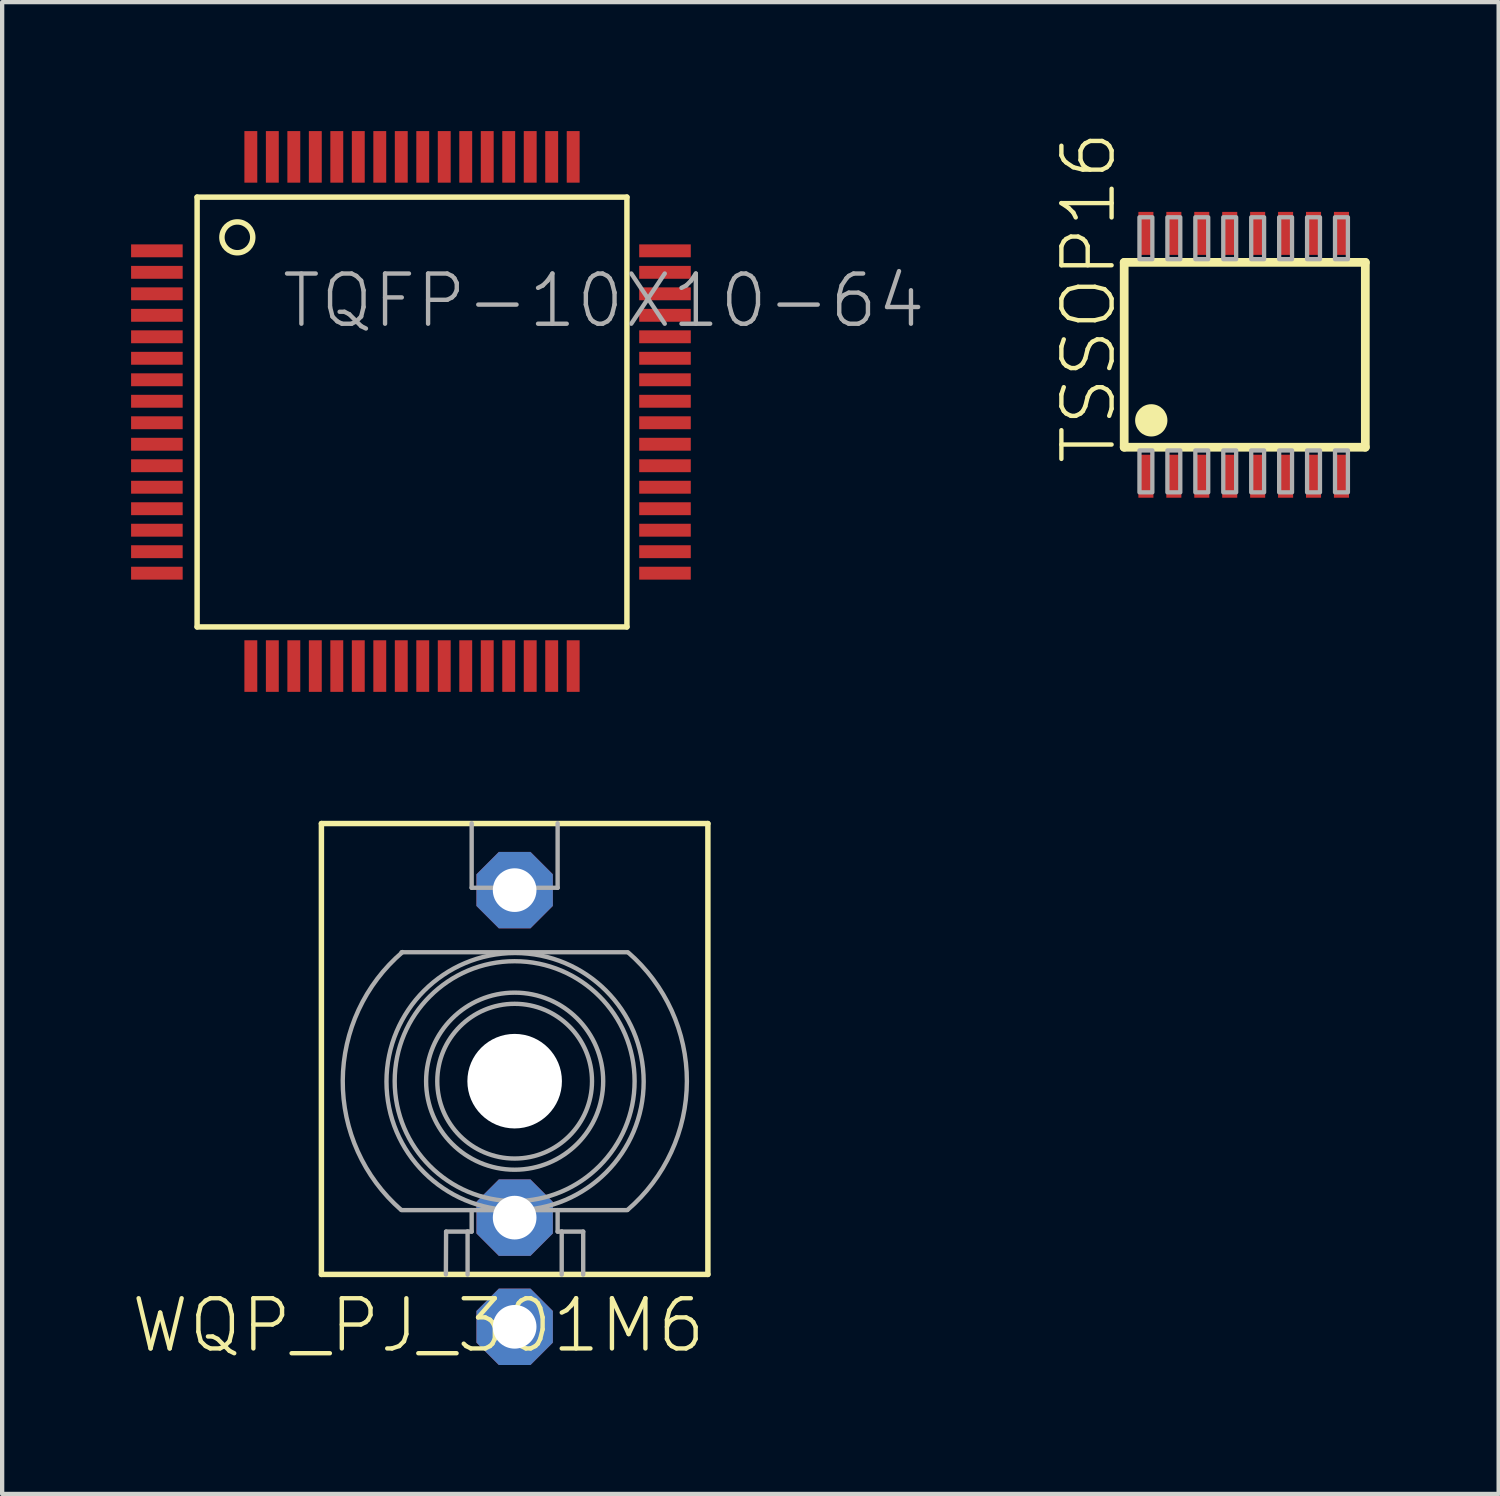
<source format=kicad_pcb>
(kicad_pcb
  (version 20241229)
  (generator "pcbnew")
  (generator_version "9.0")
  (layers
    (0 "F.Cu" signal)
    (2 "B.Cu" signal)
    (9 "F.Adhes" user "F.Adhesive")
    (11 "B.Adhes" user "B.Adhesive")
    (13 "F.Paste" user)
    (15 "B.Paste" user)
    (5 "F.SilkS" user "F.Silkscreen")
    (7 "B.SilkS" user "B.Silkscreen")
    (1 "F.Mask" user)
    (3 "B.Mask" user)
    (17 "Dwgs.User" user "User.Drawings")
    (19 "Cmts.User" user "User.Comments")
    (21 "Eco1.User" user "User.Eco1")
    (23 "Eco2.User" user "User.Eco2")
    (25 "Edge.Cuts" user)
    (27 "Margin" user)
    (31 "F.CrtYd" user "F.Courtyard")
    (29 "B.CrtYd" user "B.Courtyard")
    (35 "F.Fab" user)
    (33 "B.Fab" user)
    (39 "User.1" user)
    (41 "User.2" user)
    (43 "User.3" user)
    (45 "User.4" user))
  (footprint "TQFP-10X10-64"
    (layer "F.Cu")
    (at 6.536 6.536)
    (property "Reference" "TQFP-10X10-64" (at -3.086 -1.906 0) (layer "F.Fab") (effects (font (size 1.168 1.168) (thickness 0.102)) (justify left bottom)))
    (fp_line (start -5 -5) (end -5 5) (stroke (width 0.127) (type solid)) (layer "F.SilkS"))
    (fp_line (start -5 5) (end 5 5) (stroke (width 0.127) (type solid)) (layer "F.SilkS"))
    (fp_line (start 5 -5) (end -5 -5) (stroke (width 0.127) (type solid)) (layer "F.SilkS"))
    (fp_line (start 5 5) (end 5 -5) (stroke (width 0.127) (type solid)) (layer "F.SilkS"))
    (fp_circle (center -4.064 -4.064) (end -3.705 -4.064) (stroke (width 0.127) (type solid)) (fill no) (layer "F.SilkS"))
    (pad "1" smd rect (at -5.936 -3.75 270) (size 0.3 1.2) (layers "F.Cu" "F.Mask" "F.Paste"))
    (pad "2" smd rect (at -5.936 -3.25 270) (size 0.3 1.2) (layers "F.Cu" "F.Mask" "F.Paste"))
    (pad "3" smd rect (at -5.936 -2.75 270) (size 0.3 1.2) (layers "F.Cu" "F.Mask" "F.Paste"))
    (pad "4" smd rect (at -5.936 -2.25 270) (size 0.3 1.2) (layers "F.Cu" "F.Mask" "F.Paste"))
    (pad "5" smd rect (at -5.936 -1.75 270) (size 0.3 1.2) (layers "F.Cu" "F.Mask" "F.Paste"))
    (pad "6" smd rect (at -5.936 -1.25 270) (size 0.3 1.2) (layers "F.Cu" "F.Mask" "F.Paste"))
    (pad "7" smd rect (at -5.936 -0.75 270) (size 0.3 1.2) (layers "F.Cu" "F.Mask" "F.Paste"))
    (pad "8" smd rect (at -5.936 -0.25 270) (size 0.3 1.2) (layers "F.Cu" "F.Mask" "F.Paste"))
    (pad "9" smd rect (at -5.936 0.25 270) (size 0.3 1.2) (layers "F.Cu" "F.Mask" "F.Paste"))
    (pad "10" smd rect (at -5.936 0.75 270) (size 0.3 1.2) (layers "F.Cu" "F.Mask" "F.Paste"))
    (pad "11" smd rect (at -5.936 1.25 270) (size 0.3 1.2) (layers "F.Cu" "F.Mask" "F.Paste"))
    (pad "12" smd rect (at -5.936 1.75 270) (size 0.3 1.2) (layers "F.Cu" "F.Mask" "F.Paste"))
    (pad "13" smd rect (at -5.936 2.25 270) (size 0.3 1.2) (layers "F.Cu" "F.Mask" "F.Paste"))
    (pad "14" smd rect (at -5.936 2.75 270) (size 0.3 1.2) (layers "F.Cu" "F.Mask" "F.Paste"))
    (pad "15" smd rect (at -5.936 3.25 270) (size 0.3 1.2) (layers "F.Cu" "F.Mask" "F.Paste"))
    (pad "16" smd rect (at -5.936 3.75 270) (size 0.3 1.2) (layers "F.Cu" "F.Mask" "F.Paste"))
    (pad "17" smd rect (at -3.75 5.911) (size 0.3 1.2) (layers "F.Cu" "F.Mask" "F.Paste"))
    (pad "18" smd rect (at -3.25 5.911) (size 0.3 1.2) (layers "F.Cu" "F.Mask" "F.Paste"))
    (pad "19" smd rect (at -2.75 5.911) (size 0.3 1.2) (layers "F.Cu" "F.Mask" "F.Paste"))
    (pad "20" smd rect (at -2.25 5.911) (size 0.3 1.2) (layers "F.Cu" "F.Mask" "F.Paste"))
    (pad "21" smd rect (at -1.75 5.911) (size 0.3 1.2) (layers "F.Cu" "F.Mask" "F.Paste"))
    (pad "22" smd rect (at -1.25 5.911) (size 0.3 1.2) (layers "F.Cu" "F.Mask" "F.Paste"))
    (pad "23" smd rect (at -0.75 5.911) (size 0.3 1.2) (layers "F.Cu" "F.Mask" "F.Paste"))
    (pad "24" smd rect (at -0.25 5.911) (size 0.3 1.2) (layers "F.Cu" "F.Mask" "F.Paste"))
    (pad "25" smd rect (at 0.25 5.911) (size 0.3 1.2) (layers "F.Cu" "F.Mask" "F.Paste"))
    (pad "26" smd rect (at 0.75 5.911) (size 0.3 1.2) (layers "F.Cu" "F.Mask" "F.Paste"))
    (pad "27" smd rect (at 1.25 5.911) (size 0.3 1.2) (layers "F.Cu" "F.Mask" "F.Paste"))
    (pad "28" smd rect (at 1.75 5.911) (size 0.3 1.2) (layers "F.Cu" "F.Mask" "F.Paste"))
    (pad "29" smd rect (at 2.25 5.911) (size 0.3 1.2) (layers "F.Cu" "F.Mask" "F.Paste"))
    (pad "30" smd rect (at 2.75 5.911) (size 0.3 1.2) (layers "F.Cu" "F.Mask" "F.Paste"))
    (pad "31" smd rect (at 3.25 5.911) (size 0.3 1.2) (layers "F.Cu" "F.Mask" "F.Paste"))
    (pad "32" smd rect (at 3.75 5.911) (size 0.3 1.2) (layers "F.Cu" "F.Mask" "F.Paste"))
    (pad "33" smd rect (at 5.886 3.75 90) (size 0.3 1.2) (layers "F.Cu" "F.Mask" "F.Paste"))
    (pad "34" smd rect (at 5.886 3.25 90) (size 0.3 1.2) (layers "F.Cu" "F.Mask" "F.Paste"))
    (pad "35" smd rect (at 5.886 2.75 90) (size 0.3 1.2) (layers "F.Cu" "F.Mask" "F.Paste"))
    (pad "36" smd rect (at 5.886 2.25 90) (size 0.3 1.2) (layers "F.Cu" "F.Mask" "F.Paste"))
    (pad "37" smd rect (at 5.886 1.75 90) (size 0.3 1.2) (layers "F.Cu" "F.Mask" "F.Paste"))
    (pad "38" smd rect (at 5.886 1.25 90) (size 0.3 1.2) (layers "F.Cu" "F.Mask" "F.Paste"))
    (pad "39" smd rect (at 5.886 0.75 90) (size 0.3 1.2) (layers "F.Cu" "F.Mask" "F.Paste"))
    (pad "40" smd rect (at 5.886 0.25 90) (size 0.3 1.2) (layers "F.Cu" "F.Mask" "F.Paste"))
    (pad "41" smd rect (at 5.886 -0.25 90) (size 0.3 1.2) (layers "F.Cu" "F.Mask" "F.Paste"))
    (pad "42" smd rect (at 5.886 -0.75 90) (size 0.3 1.2) (layers "F.Cu" "F.Mask" "F.Paste"))
    (pad "43" smd rect (at 5.886 -1.25 90) (size 0.3 1.2) (layers "F.Cu" "F.Mask" "F.Paste"))
    (pad "44" smd rect (at 5.886 -1.75 90) (size 0.3 1.2) (layers "F.Cu" "F.Mask" "F.Paste"))
    (pad "45" smd rect (at 5.886 -2.25 90) (size 0.3 1.2) (layers "F.Cu" "F.Mask" "F.Paste"))
    (pad "46" smd rect (at 5.886 -2.75 90) (size 0.3 1.2) (layers "F.Cu" "F.Mask" "F.Paste"))
    (pad "47" smd rect (at 5.886 -3.25 90) (size 0.3 1.2) (layers "F.Cu" "F.Mask" "F.Paste"))
    (pad "48" smd rect (at 5.886 -3.75 90) (size 0.3 1.2) (layers "F.Cu" "F.Mask" "F.Paste"))
    (pad "49" smd rect (at 3.75 -5.936 180) (size 0.3 1.2) (layers "F.Cu" "F.Mask" "F.Paste"))
    (pad "50" smd rect (at 3.25 -5.936 180) (size 0.3 1.2) (layers "F.Cu" "F.Mask" "F.Paste"))
    (pad "51" smd rect (at 2.75 -5.936 180) (size 0.3 1.2) (layers "F.Cu" "F.Mask" "F.Paste"))
    (pad "52" smd rect (at 2.25 -5.936 180) (size 0.3 1.2) (layers "F.Cu" "F.Mask" "F.Paste"))
    (pad "53" smd rect (at 1.75 -5.936 180) (size 0.3 1.2) (layers "F.Cu" "F.Mask" "F.Paste"))
    (pad "54" smd rect (at 1.25 -5.936 180) (size 0.3 1.2) (layers "F.Cu" "F.Mask" "F.Paste"))
    (pad "55" smd rect (at 0.75 -5.936 180) (size 0.3 1.2) (layers "F.Cu" "F.Mask" "F.Paste"))
    (pad "56" smd rect (at 0.25 -5.936 180) (size 0.3 1.2) (layers "F.Cu" "F.Mask" "F.Paste"))
    (pad "57" smd rect (at -0.25 -5.936 180) (size 0.3 1.2) (layers "F.Cu" "F.Mask" "F.Paste"))
    (pad "58" smd rect (at -0.75 -5.936 180) (size 0.3 1.2) (layers "F.Cu" "F.Mask" "F.Paste"))
    (pad "59" smd rect (at -1.25 -5.936 180) (size 0.3 1.2) (layers "F.Cu" "F.Mask" "F.Paste"))
    (pad "60" smd rect (at -1.75 -5.936 180) (size 0.3 1.2) (layers "F.Cu" "F.Mask" "F.Paste"))
    (pad "61" smd rect (at -2.25 -5.936 180) (size 0.3 1.2) (layers "F.Cu" "F.Mask" "F.Paste"))
    (pad "62" smd rect (at -2.75 -5.936 180) (size 0.3 1.2) (layers "F.Cu" "F.Mask" "F.Paste"))
    (pad "63" smd rect (at -3.25 -5.936 180) (size 0.3 1.2) (layers "F.Cu" "F.Mask" "F.Paste"))
    (pad "64" smd rect (at -3.75 -5.936 180) (size 0.3 1.2) (layers "F.Cu" "F.Mask" "F.Paste")))
  (footprint "TSSOP16"
    (layer "F.Cu")
    (at 25.561 5.205)
    (property "Reference" "TSSOP16" (at -2.6 2.6 90) (layer "F.SilkS") (effects (font (size 1.168 1.168) (thickness 0.102)) (justify left bottom)))
    (fp_line (start -2.455 -2.15) (end 3.155 -2.15) (stroke (width 0.203) (type solid)) (layer "F.SilkS"))
    (fp_line (start -2.455 2.15) (end -2.455 -2.15) (stroke (width 0.203) (type solid)) (layer "F.SilkS"))
    (fp_line (start 3.155 -2.15) (end 3.155 2.15) (stroke (width 0.203) (type solid)) (layer "F.SilkS"))
    (fp_line (start 3.155 2.15) (end -2.455 2.15) (stroke (width 0.203) (type solid)) (layer "F.SilkS"))
    (fp_circle (center -1.825 1.525) (end -1.637 1.525) (stroke (width 0.375) (type solid)) (fill yes) (layer "F.SilkS"))
    (fp_poly (pts (xy -2.1 3.2) (xy -1.8 3.2) (xy -1.8 2.225) (xy -2.1 2.225)) (stroke (width 0.1) (type solid)) (fill no) (layer "F.Fab"))
    (fp_poly (pts (xy -1.8 -3.2) (xy -2.1 -3.2) (xy -2.1 -2.225) (xy -1.8 -2.225)) (stroke (width 0.1) (type solid)) (fill no) (layer "F.Fab"))
    (fp_poly (pts (xy -1.45 3.2) (xy -1.15 3.2) (xy -1.15 2.225) (xy -1.45 2.225)) (stroke (width 0.1) (type solid)) (fill no) (layer "F.Fab"))
    (fp_poly (pts (xy -1.15 -3.2) (xy -1.45 -3.2) (xy -1.45 -2.225) (xy -1.15 -2.225)) (stroke (width 0.1) (type solid)) (fill no) (layer "F.Fab"))
    (fp_poly (pts (xy -0.8 3.2) (xy -0.5 3.2) (xy -0.5 2.225) (xy -0.8 2.225)) (stroke (width 0.1) (type solid)) (fill no) (layer "F.Fab"))
    (fp_poly (pts (xy -0.5 -3.2) (xy -0.8 -3.2) (xy -0.8 -2.225) (xy -0.5 -2.225)) (stroke (width 0.1) (type solid)) (fill no) (layer "F.Fab"))
    (fp_poly (pts (xy -0.15 3.2) (xy 0.15 3.2) (xy 0.15 2.225) (xy -0.15 2.225)) (stroke (width 0.1) (type solid)) (fill no) (layer "F.Fab"))
    (fp_poly (pts (xy 0.15 -3.2) (xy -0.15 -3.2) (xy -0.15 -2.225) (xy 0.15 -2.225)) (stroke (width 0.1) (type solid)) (fill no) (layer "F.Fab"))
    (fp_poly (pts (xy 0.5 3.2) (xy 0.8 3.2) (xy 0.8 2.225) (xy 0.5 2.225)) (stroke (width 0.1) (type solid)) (fill no) (layer "F.Fab"))
    (fp_poly (pts (xy 0.8 -3.2) (xy 0.5 -3.2) (xy 0.5 -2.225) (xy 0.8 -2.225)) (stroke (width 0.1) (type solid)) (fill no) (layer "F.Fab"))
    (fp_poly (pts (xy 1.15 3.2) (xy 1.45 3.2) (xy 1.45 2.225) (xy 1.15 2.225)) (stroke (width 0.1) (type solid)) (fill no) (layer "F.Fab"))
    (fp_poly (pts (xy 1.45 -3.2) (xy 1.15 -3.2) (xy 1.15 -2.225) (xy 1.45 -2.225)) (stroke (width 0.1) (type solid)) (fill no) (layer "F.Fab"))
    (fp_poly (pts (xy 1.8 3.2) (xy 2.1 3.2) (xy 2.1 2.225) (xy 1.8 2.225)) (stroke (width 0.1) (type solid)) (fill no) (layer "F.Fab"))
    (fp_poly (pts (xy 2.1 -3.2) (xy 1.8 -3.2) (xy 1.8 -2.225) (xy 2.1 -2.225)) (stroke (width 0.1) (type solid)) (fill no) (layer "F.Fab"))
    (fp_poly (pts (xy 2.45 3.2) (xy 2.75 3.2) (xy 2.75 2.225) (xy 2.45 2.225)) (stroke (width 0.1) (type solid)) (fill no) (layer "F.Fab"))
    (fp_poly (pts (xy 2.75 -3.2) (xy 2.45 -3.2) (xy 2.45 -2.225) (xy 2.75 -2.225)) (stroke (width 0.1) (type solid)) (fill no) (layer "F.Fab"))
    (pad "1" smd rect (at -1.95 2.825) (size 0.35 1) (layers "F.Cu" "F.Mask" "F.Paste"))
    (pad "2" smd rect (at -1.3 2.825) (size 0.35 1) (layers "F.Cu" "F.Mask" "F.Paste"))
    (pad "3" smd rect (at -0.65 2.825) (size 0.35 1) (layers "F.Cu" "F.Mask" "F.Paste"))
    (pad "4" smd rect (at 0 2.825) (size 0.35 1) (layers "F.Cu" "F.Mask" "F.Paste"))
    (pad "5" smd rect (at 0.65 2.825) (size 0.35 1) (layers "F.Cu" "F.Mask" "F.Paste"))
    (pad "6" smd rect (at 1.3 2.825) (size 0.35 1) (layers "F.Cu" "F.Mask" "F.Paste"))
    (pad "7" smd rect (at 1.95 2.825) (size 0.35 1) (layers "F.Cu" "F.Mask" "F.Paste"))
    (pad "8" smd rect (at 2.6 2.825) (size 0.35 1) (layers "F.Cu" "F.Mask" "F.Paste"))
    (pad "9" smd rect (at 2.6 -2.825 180) (size 0.35 1) (layers "F.Cu" "F.Mask" "F.Paste"))
    (pad "10" smd rect (at 1.95 -2.825 180) (size 0.35 1) (layers "F.Cu" "F.Mask" "F.Paste"))
    (pad "11" smd rect (at 1.3 -2.825 180) (size 0.35 1) (layers "F.Cu" "F.Mask" "F.Paste"))
    (pad "12" smd rect (at 0.65 -2.825 180) (size 0.35 1) (layers "F.Cu" "F.Mask" "F.Paste"))
    (pad "13" smd rect (at 0 -2.825 180) (size 0.35 1) (layers "F.Cu" "F.Mask" "F.Paste"))
    (pad "14" smd rect (at -0.65 -2.825 180) (size 0.35 1) (layers "F.Cu" "F.Mask" "F.Paste"))
    (pad "15" smd rect (at -1.3 -2.825 180) (size 0.35 1) (layers "F.Cu" "F.Mask" "F.Paste"))
    (pad "16" smd rect (at -1.95 -2.825 180) (size 0.35 1) (layers "F.Cu" "F.Mask" "F.Paste")))
  (footprint "WQP_PJ_301M6"
    (layer "F.Cu")
    (at 8.924 22.105)
    (property "Reference" "WQP_PJ_301M6" (at 4.5 5 0) (layer "F.SilkS") (effects (font (size 1.168 1.168) (thickness 0.102)) (justify right top)))
    (fp_line (start -4.496 -5.994) (end 4.496 -5.994) (stroke (width 0.127) (type solid)) (layer "F.SilkS"))
    (fp_line (start -4.496 4.496) (end -4.496 -5.994) (stroke (width 0.127) (type solid)) (layer "F.SilkS"))
    (fp_line (start 4.496 -5.994) (end 4.496 4.496) (stroke (width 0.127) (type solid)) (layer "F.SilkS"))
    (fp_line (start 4.496 4.496) (end -4.496 4.496) (stroke (width 0.127) (type solid)) (layer "F.SilkS"))
    (fp_line (start -2.631 -3) (end 2.62 -3) (stroke (width 0.102) (type solid)) (layer "F.Fab"))
    (fp_line (start -2.631 3) (end 2.62 3) (stroke (width 0.102) (type solid)) (layer "F.Fab"))
    (fp_line (start -1.6 4.496) (end -1.595 3.5) (stroke (width 0.102) (type solid)) (layer "F.Fab"))
    (fp_line (start -1.595 3.5) (end -1.095 3.5) (stroke (width 0.102) (type solid)) (layer "F.Fab"))
    (fp_line (start -1.095 3.5) (end -1.095 4.5) (stroke (width 0.102) (type solid)) (layer "F.Fab"))
    (fp_line (start -1.095 3.5) (end -1 3.5) (stroke (width 0.102) (type solid)) (layer "F.Fab"))
    (fp_line (start -1 -4.5) (end -1 -6) (stroke (width 0.102) (type solid)) (layer "F.Fab"))
    (fp_line (start -1 0) (end 1 0) (stroke (width 0.102) (type solid)) (layer "F.Fab"))
    (fp_line (start -1 3.5) (end -1 3) (stroke (width 0.102) (type solid)) (layer "F.Fab"))
    (fp_line (start 0 -1) (end 0 1) (stroke (width 0.102) (type solid)) (layer "F.Fab"))
    (fp_line (start 1 -6) (end 1 -4.5) (stroke (width 0.102) (type solid)) (layer "F.Fab"))
    (fp_line (start 1 -4.5) (end -1 -4.5) (stroke (width 0.102) (type solid)) (layer "F.Fab"))
    (fp_line (start 1 3) (end 1 3.5) (stroke (width 0.102) (type solid)) (layer "F.Fab"))
    (fp_line (start 1 3.5) (end 1.095 3.5) (stroke (width 0.102) (type solid)) (layer "F.Fab"))
    (fp_line (start 1.095 3.5) (end 1.095 4.5) (stroke (width 0.102) (type solid)) (layer "F.Fab"))
    (fp_line (start 1.095 3.5) (end 1.595 3.5) (stroke (width 0.102) (type solid)) (layer "F.Fab"))
    (fp_line (start 1.595 3.5) (end 1.595 4.5) (stroke (width 0.102) (type solid)) (layer "F.Fab"))
    (fp_arc (start -2.641998 2.994) (mid -3.999529 -0.012791) (end -2.608 -3.004) (stroke (width 0.1016) (type solid)) (layer "F.Fab"))
    (fp_arc (start 2.642 -2.994) (mid 4.007235 0.003208) (end 2.628 2.994) (stroke (width 0.1016) (type solid)) (layer "F.Fab"))
    (fp_circle (center 0 0) (end 1.8 0) (stroke (width 0.102) (type solid)) (fill no) (layer "F.Fab"))
    (fp_circle (center 0 0) (end 2.06 0) (stroke (width 0.102) (type solid)) (fill no) (layer "F.Fab"))
    (fp_circle (center 0 0) (end 2.791 0) (stroke (width 0.102) (type solid)) (fill no) (layer "F.Fab"))
    (fp_circle (center 0.01 0.01) (end 3.002 0.01) (stroke (width 0.102) (type solid)) (fill no) (layer "F.Fab"))
    (pad "" np_thru_hole circle (at 0 0) (size 2.2 2.2) (drill 2.2) (layers "*.Cu" "*.Mask"))
    (pad "P1" thru_hole roundrect (at 0 5.715) (size 1.778 1.778) (drill 1.016) (layers "*.Cu" "*.Mask") (roundrect_rratio 0.25) (chamfer_ratio 0.293) (chamfer top_left top_right bottom_left bottom_right))
    (pad "P2" thru_hole roundrect (at 0 3.175) (size 1.778 1.778) (drill 1.016) (layers "*.Cu" "*.Mask") (roundrect_rratio 0.25) (chamfer_ratio 0.293) (chamfer top_left top_right bottom_left bottom_right))
    (pad "P3" thru_hole roundrect (at 0 -4.445) (size 1.778 1.778) (drill 1.016) (layers "*.Cu" "*.Mask") (roundrect_rratio 0.25) (chamfer_ratio 0.293) (chamfer top_left top_right bottom_left bottom_right)))
  (gr_rect
    (start -3 -3)
    (end 31.818 31.709)
    (stroke (width 0.1) (type default))
    (fill no)
    (layer "Edge.Cuts")))
</source>
